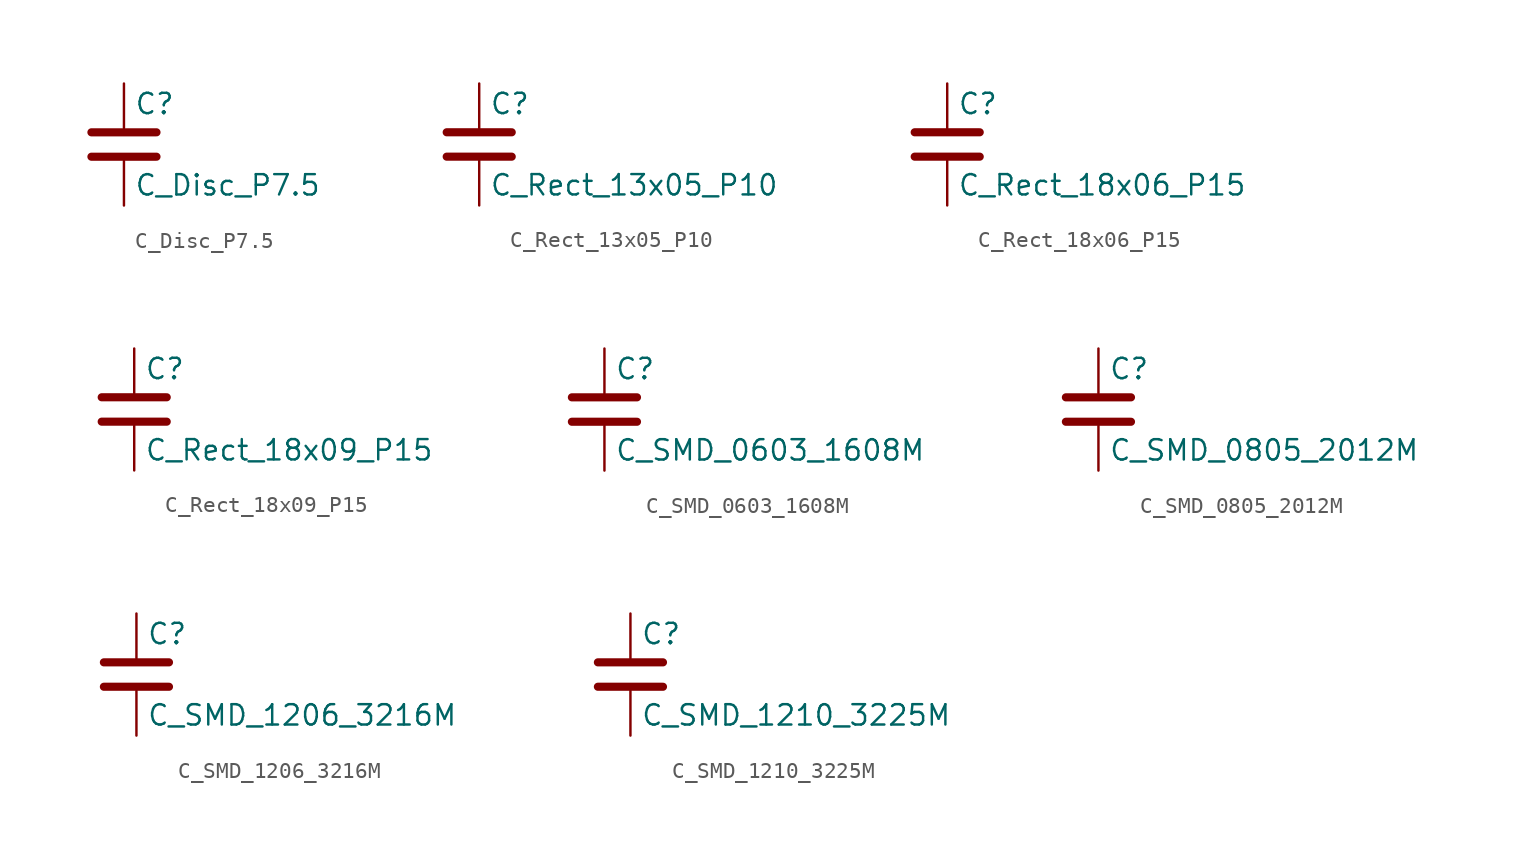
<source format=kicad_sym>
(kicad_symbol_lib
  (version 20211014)
  (generator kicad_symbol_editor)
  (symbol "C_Disc_P7.5"
    (pin_numbers hide)
    (pin_names
      (offset 0.254))
    (property "Reference" "C"
      (at 0.635 2.54 0)
      (effects (font (size 1.27 1.27)) (justify left)))
    (property "Value" "C_Disc_P7.5"
      (at 0.635 -2.54 0)
      (effects (font (size 1.27 1.27)) (justify left)))
    (symbol "C_Disc_P7.5_0_1"
      (polyline (pts (xy -2.032 -0.762) (xy 2.032 -0.762)) (stroke (width 0.508) (type default) (color 0 0 0 0)) (fill (type none)))
      (polyline (pts (xy -2.032 0.762) (xy 2.032 0.762)) (stroke (width 0.508) (type default) (color 0 0 0 0)) (fill (type none))))
    (symbol "C_Disc_P7.5_1_1"
      (pin passive line (at 0 3.81 270) (length 2.794) (name "~" (effects (font (size 1.27 1.27)))) (number "1" (effects (font (size 1.27 1.27)))))
      (pin passive line (at 0 -3.81 90) (length 2.794) (name "~" (effects (font (size 1.27 1.27)))) (number "2" (effects (font (size 1.27 1.27)))))))
  (symbol "C_Rect_13x05_P10"
    (pin_numbers hide)
    (pin_names
      (offset 0.254))
    (property "Reference" "C"
      (at 0.635 2.54 0)
      (effects (font (size 1.27 1.27)) (justify left)))
    (property "Value" "C_Rect_13x05_P10"
      (at 0.635 -2.54 0)
      (effects (font (size 1.27 1.27)) (justify left)))
    (symbol "C_Rect_13x05_P10_0_1"
      (polyline (pts (xy -2.032 -0.762) (xy 2.032 -0.762)) (stroke (width 0.508) (type default) (color 0 0 0 0)) (fill (type none)))
      (polyline (pts (xy -2.032 0.762) (xy 2.032 0.762)) (stroke (width 0.508) (type default) (color 0 0 0 0)) (fill (type none))))
    (symbol "C_Rect_13x05_P10_1_1"
      (pin passive line (at 0 3.81 270) (length 2.794) (name "~" (effects (font (size 1.27 1.27)))) (number "1" (effects (font (size 1.27 1.27)))))
      (pin passive line (at 0 -3.81 90) (length 2.794) (name "~" (effects (font (size 1.27 1.27)))) (number "2" (effects (font (size 1.27 1.27)))))))
  (symbol "C_Rect_18x06_P15"
    (pin_numbers hide)
    (pin_names
      (offset 0.254))
    (property "Reference" "C"
      (at 0.635 2.54 0)
      (effects (font (size 1.27 1.27)) (justify left)))
    (property "Value" "C_Rect_18x06_P15"
      (at 0.635 -2.54 0)
      (effects (font (size 1.27 1.27)) (justify left)))
    (symbol "C_Rect_18x06_P15_0_1"
      (polyline (pts (xy -2.032 -0.762) (xy 2.032 -0.762)) (stroke (width 0.508) (type default) (color 0 0 0 0)) (fill (type none)))
      (polyline (pts (xy -2.032 0.762) (xy 2.032 0.762)) (stroke (width 0.508) (type default) (color 0 0 0 0)) (fill (type none))))
    (symbol "C_Rect_18x06_P15_1_1"
      (pin passive line (at 0 3.81 270) (length 2.794) (name "~" (effects (font (size 1.27 1.27)))) (number "1" (effects (font (size 1.27 1.27)))))
      (pin passive line (at 0 -3.81 90) (length 2.794) (name "~" (effects (font (size 1.27 1.27)))) (number "2" (effects (font (size 1.27 1.27)))))))
  (symbol "C_Rect_18x09_P15"
    (pin_numbers hide)
    (pin_names
      (offset 0.254))
    (property "Reference" "C"
      (at 0.635 2.54 0)
      (effects (font (size 1.27 1.27)) (justify left)))
    (property "Value" "C_Rect_18x09_P15"
      (at 0.635 -2.54 0)
      (effects (font (size 1.27 1.27)) (justify left)))
    (symbol "C_Rect_18x09_P15_0_1"
      (polyline (pts (xy -2.032 -0.762) (xy 2.032 -0.762)) (stroke (width 0.508) (type default) (color 0 0 0 0)) (fill (type none)))
      (polyline (pts (xy -2.032 0.762) (xy 2.032 0.762)) (stroke (width 0.508) (type default) (color 0 0 0 0)) (fill (type none))))
    (symbol "C_Rect_18x09_P15_1_1"
      (pin passive line (at 0 3.81 270) (length 2.794) (name "~" (effects (font (size 1.27 1.27)))) (number "1" (effects (font (size 1.27 1.27)))))
      (pin passive line (at 0 -3.81 90) (length 2.794) (name "~" (effects (font (size 1.27 1.27)))) (number "2" (effects (font (size 1.27 1.27)))))))
  (symbol "C_SMD_0603_1608M"
    (pin_numbers hide)
    (pin_names
      (offset 0.254))
    (property "Reference" "C"
      (at 0.635 2.54 0)
      (effects (font (size 1.27 1.27)) (justify left)))
    (property "Value" "C_SMD_0603_1608M"
      (at 0.635 -2.54 0)
      (effects (font (size 1.27 1.27)) (justify left)))
    (symbol "C_SMD_0603_1608M_0_1"
      (polyline (pts (xy -2.032 -0.762) (xy 2.032 -0.762)) (stroke (width 0.508) (type default) (color 0 0 0 0)) (fill (type none)))
      (polyline (pts (xy -2.032 0.762) (xy 2.032 0.762)) (stroke (width 0.508) (type default) (color 0 0 0 0)) (fill (type none))))
    (symbol "C_SMD_0603_1608M_1_1"
      (pin passive line (at 0 3.81 270) (length 2.794) (name "~" (effects (font (size 1.27 1.27)))) (number "1" (effects (font (size 1.27 1.27)))))
      (pin passive line (at 0 -3.81 90) (length 2.794) (name "~" (effects (font (size 1.27 1.27)))) (number "2" (effects (font (size 1.27 1.27)))))))
  (symbol "C_SMD_0805_2012M"
    (pin_numbers hide)
    (pin_names
      (offset 0.254))
    (property "Reference" "C"
      (at 0.635 2.54 0)
      (effects (font (size 1.27 1.27)) (justify left)))
    (property "Value" "C_SMD_0805_2012M"
      (at 0.635 -2.54 0)
      (effects (font (size 1.27 1.27)) (justify left)))
    (symbol "C_SMD_0805_2012M_0_1"
      (polyline (pts (xy -2.032 -0.762) (xy 2.032 -0.762)) (stroke (width 0.508) (type default) (color 0 0 0 0)) (fill (type none)))
      (polyline (pts (xy -2.032 0.762) (xy 2.032 0.762)) (stroke (width 0.508) (type default) (color 0 0 0 0)) (fill (type none))))
    (symbol "C_SMD_0805_2012M_1_1"
      (pin passive line (at 0 3.81 270) (length 2.794) (name "~" (effects (font (size 1.27 1.27)))) (number "1" (effects (font (size 1.27 1.27)))))
      (pin passive line (at 0 -3.81 90) (length 2.794) (name "~" (effects (font (size 1.27 1.27)))) (number "2" (effects (font (size 1.27 1.27)))))))
  (symbol "C_SMD_1206_3216M"
    (pin_numbers hide)
    (pin_names
      (offset 0.254))
    (property "Reference" "C"
      (at 0.635 2.54 0)
      (effects (font (size 1.27 1.27)) (justify left)))
    (property "Value" "C_SMD_1206_3216M"
      (at 0.635 -2.54 0)
      (effects (font (size 1.27 1.27)) (justify left)))
    (symbol "C_SMD_1206_3216M_0_1"
      (polyline (pts (xy -2.032 -0.762) (xy 2.032 -0.762)) (stroke (width 0.508) (type default) (color 0 0 0 0)) (fill (type none)))
      (polyline (pts (xy -2.032 0.762) (xy 2.032 0.762)) (stroke (width 0.508) (type default) (color 0 0 0 0)) (fill (type none))))
    (symbol "C_SMD_1206_3216M_1_1"
      (pin passive line (at 0 3.81 270) (length 2.794) (name "~" (effects (font (size 1.27 1.27)))) (number "1" (effects (font (size 1.27 1.27)))))
      (pin passive line (at 0 -3.81 90) (length 2.794) (name "~" (effects (font (size 1.27 1.27)))) (number "2" (effects (font (size 1.27 1.27)))))))
  (symbol "C_SMD_1210_3225M"
    (pin_numbers hide)
    (pin_names
      (offset 0.254))
    (property "Reference" "C"
      (at 0.635 2.54 0)
      (effects (font (size 1.27 1.27)) (justify left)))
    (property "Value" "C_SMD_1210_3225M"
      (at 0.635 -2.54 0)
      (effects (font (size 1.27 1.27)) (justify left)))
    (symbol "C_SMD_1210_3225M_0_1"
      (polyline (pts (xy -2.032 -0.762) (xy 2.032 -0.762)) (stroke (width 0.508) (type default) (color 0 0 0 0)) (fill (type none)))
      (polyline (pts (xy -2.032 0.762) (xy 2.032 0.762)) (stroke (width 0.508) (type default) (color 0 0 0 0)) (fill (type none))))
    (symbol "C_SMD_1210_3225M_1_1"
      (pin passive line (at 0 3.81 270) (length 2.794) (name "~" (effects (font (size 1.27 1.27)))) (number "1" (effects (font (size 1.27 1.27)))))
      (pin passive line (at 0 -3.81 90) (length 2.794) (name "~" (effects (font (size 1.27 1.27)))) (number "2" (effects (font (size 1.27 1.27))))))))
</source>
